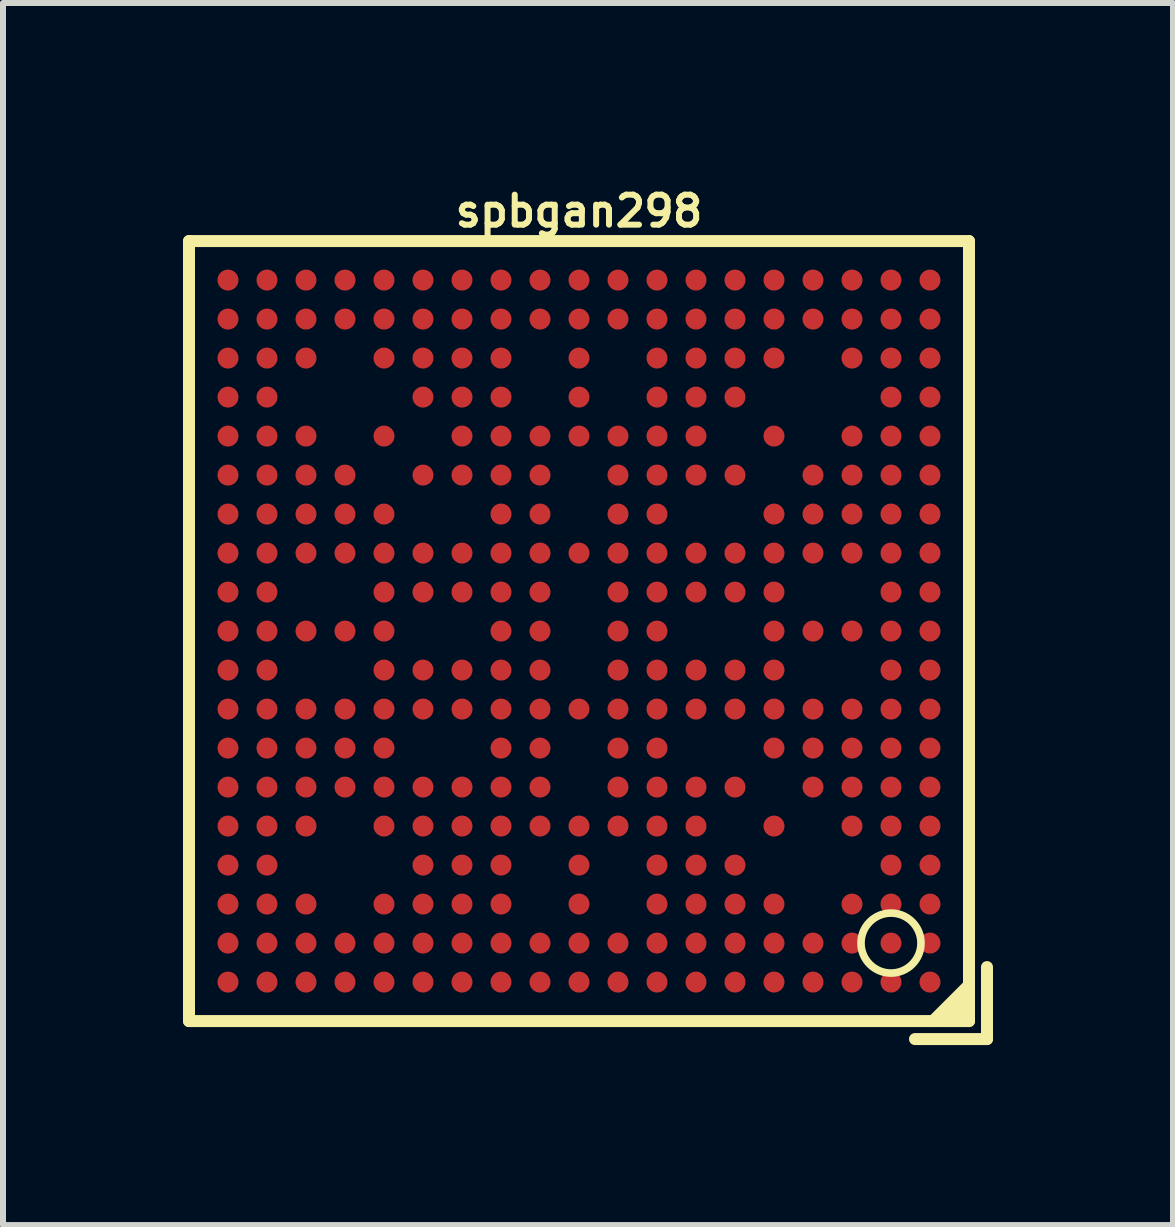
<source format=kicad_pcb>
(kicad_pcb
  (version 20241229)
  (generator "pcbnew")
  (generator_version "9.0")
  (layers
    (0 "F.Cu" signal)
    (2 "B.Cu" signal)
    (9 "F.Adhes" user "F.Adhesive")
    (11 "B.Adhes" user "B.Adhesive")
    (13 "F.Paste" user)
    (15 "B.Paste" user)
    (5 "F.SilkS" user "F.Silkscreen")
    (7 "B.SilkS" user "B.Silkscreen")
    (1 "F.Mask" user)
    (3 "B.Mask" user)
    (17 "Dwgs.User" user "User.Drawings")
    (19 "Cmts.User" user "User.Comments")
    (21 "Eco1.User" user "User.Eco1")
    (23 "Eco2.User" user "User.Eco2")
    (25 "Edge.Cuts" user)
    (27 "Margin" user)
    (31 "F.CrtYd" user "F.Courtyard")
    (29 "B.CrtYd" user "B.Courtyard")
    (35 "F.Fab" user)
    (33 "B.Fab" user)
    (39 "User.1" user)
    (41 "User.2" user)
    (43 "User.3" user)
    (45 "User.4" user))
  (footprint "spbgan298"
    (layer "F.Cu")
    (at 6.6 7.468)
    (property "Reference" "spbgan298" (at 0 -7 0) (layer "F.SilkS") (effects (font (size 0.5 0.5) (thickness 0.1))))
    (attr through_hole)
    (fp_line (start -6.5 -6.5) (end 6.5 -6.5) (stroke (width 0.2) (type solid)) (layer "F.SilkS"))
    (fp_line (start -6.5 6.5) (end -6.5 -6.5) (stroke (width 0.2) (type solid)) (layer "F.SilkS"))
    (fp_line (start 6.3 6.5) (end 6.5 6.3) (stroke (width 0.2) (type solid)) (layer "F.SilkS"))
    (fp_line (start 6.5 -6.5) (end 6.5 6.5) (stroke (width 0.2) (type solid)) (layer "F.SilkS"))
    (fp_line (start 6.5 5.9) (end 5.9 6.5) (stroke (width 0.2) (type solid)) (layer "F.SilkS"))
    (fp_line (start 6.5 6.1) (end 6.1 6.5) (stroke (width 0.2) (type solid)) (layer "F.SilkS"))
    (fp_line (start 6.5 6.5) (end -6.5 6.5) (stroke (width 0.2) (type solid)) (layer "F.SilkS"))
    (fp_line (start 6.8 6.8) (end 5.6 6.8) (stroke (width 0.2) (type solid)) (layer "F.SilkS"))
    (fp_line (start 6.8 6.8) (end 6.8 5.6) (stroke (width 0.2) (type solid)) (layer "F.SilkS"))
    (fp_circle (center 5.2 5.2) (end 4.8 5.5) (stroke (width 0.127) (type solid)) (fill no) (layer "F.SilkS"))
    (pad "A1" smd circle (at 5.85 5.85) (size 0.35 0.35) (layers "F.Cu" "F.Mask" "F.Paste"))
    (pad "A2" smd circle (at 5.2 5.85) (size 0.35 0.35) (layers "F.Cu" "F.Mask" "F.Paste"))
    (pad "A3" smd circle (at 4.55 5.85) (size 0.35 0.35) (layers "F.Cu" "F.Mask" "F.Paste"))
    (pad "A4" smd circle (at 3.9 5.85) (size 0.35 0.35) (layers "F.Cu" "F.Mask" "F.Paste"))
    (pad "A5" smd circle (at 3.25 5.85) (size 0.35 0.35) (layers "F.Cu" "F.Mask" "F.Paste"))
    (pad "A6" smd circle (at 2.6 5.85) (size 0.35 0.35) (layers "F.Cu" "F.Mask" "F.Paste"))
    (pad "A7" smd circle (at 1.95 5.85) (size 0.35 0.35) (layers "F.Cu" "F.Mask" "F.Paste"))
    (pad "A8" smd circle (at 1.3 5.85) (size 0.35 0.35) (layers "F.Cu" "F.Mask" "F.Paste"))
    (pad "A9" smd circle (at 0.65 5.85) (size 0.35 0.35) (layers "F.Cu" "F.Mask" "F.Paste"))
    (pad "A10" smd circle (at 0 5.85) (size 0.35 0.35) (layers "F.Cu" "F.Mask" "F.Paste"))
    (pad "A11" smd circle (at -0.65 5.85) (size 0.35 0.35) (layers "F.Cu" "F.Mask" "F.Paste"))
    (pad "A12" smd circle (at -1.3 5.85) (size 0.35 0.35) (layers "F.Cu" "F.Mask" "F.Paste"))
    (pad "A13" smd circle (at -1.95 5.85) (size 0.35 0.35) (layers "F.Cu" "F.Mask" "F.Paste"))
    (pad "A14" smd circle (at -2.6 5.85) (size 0.35 0.35) (layers "F.Cu" "F.Mask" "F.Paste"))
    (pad "A15" smd circle (at -3.25 5.85) (size 0.35 0.35) (layers "F.Cu" "F.Mask" "F.Paste"))
    (pad "A16" smd circle (at -3.9 5.85) (size 0.35 0.35) (layers "F.Cu" "F.Mask" "F.Paste"))
    (pad "A17" smd circle (at -4.55 5.85) (size 0.35 0.35) (layers "F.Cu" "F.Mask" "F.Paste"))
    (pad "A18" smd circle (at -5.2 5.85) (size 0.35 0.35) (layers "F.Cu" "F.Mask" "F.Paste"))
    (pad "A19" smd circle (at -5.85 5.85) (size 0.35 0.35) (layers "F.Cu" "F.Mask" "F.Paste"))
    (pad "B1" smd circle (at 5.85 5.2) (size 0.35 0.35) (layers "F.Cu" "F.Mask" "F.Paste"))
    (pad "B2" smd circle (at 5.2 5.2) (size 0.35 0.35) (layers "F.Cu" "F.Mask" "F.Paste"))
    (pad "B3" smd circle (at 4.55 5.2) (size 0.35 0.35) (layers "F.Cu" "F.Mask" "F.Paste"))
    (pad "B4" smd circle (at 3.9 5.2) (size 0.35 0.35) (layers "F.Cu" "F.Mask" "F.Paste"))
    (pad "B5" smd circle (at 3.25 5.2) (size 0.35 0.35) (layers "F.Cu" "F.Mask" "F.Paste"))
    (pad "B6" smd circle (at 2.6 5.2) (size 0.35 0.35) (layers "F.Cu" "F.Mask" "F.Paste"))
    (pad "B7" smd circle (at 1.95 5.2) (size 0.35 0.35) (layers "F.Cu" "F.Mask" "F.Paste"))
    (pad "B8" smd circle (at 1.3 5.2) (size 0.35 0.35) (layers "F.Cu" "F.Mask" "F.Paste"))
    (pad "B9" smd circle (at 0.65 5.2) (size 0.35 0.35) (layers "F.Cu" "F.Mask" "F.Paste"))
    (pad "B10" smd circle (at 0 5.2) (size 0.35 0.35) (layers "F.Cu" "F.Mask" "F.Paste"))
    (pad "B11" smd circle (at -0.65 5.2) (size 0.35 0.35) (layers "F.Cu" "F.Mask" "F.Paste"))
    (pad "B12" smd circle (at -1.3 5.2) (size 0.35 0.35) (layers "F.Cu" "F.Mask" "F.Paste"))
    (pad "B13" smd circle (at -1.95 5.2) (size 0.35 0.35) (layers "F.Cu" "F.Mask" "F.Paste"))
    (pad "B14" smd circle (at -2.6 5.2) (size 0.35 0.35) (layers "F.Cu" "F.Mask" "F.Paste"))
    (pad "B15" smd circle (at -3.25 5.2) (size 0.35 0.35) (layers "F.Cu" "F.Mask" "F.Paste"))
    (pad "B16" smd circle (at -3.9 5.2) (size 0.35 0.35) (layers "F.Cu" "F.Mask" "F.Paste"))
    (pad "B17" smd circle (at -4.55 5.2) (size 0.35 0.35) (layers "F.Cu" "F.Mask" "F.Paste"))
    (pad "B18" smd circle (at -5.2 5.2) (size 0.35 0.35) (layers "F.Cu" "F.Mask" "F.Paste"))
    (pad "B19" smd circle (at -5.85 5.2) (size 0.35 0.35) (layers "F.Cu" "F.Mask" "F.Paste"))
    (pad "C1" smd circle (at 5.85 4.55) (size 0.35 0.35) (layers "F.Cu" "F.Mask" "F.Paste"))
    (pad "C2" smd circle (at 5.2 4.55) (size 0.35 0.35) (layers "F.Cu" "F.Mask" "F.Paste"))
    (pad "C3" smd circle (at 4.55 4.55) (size 0.35 0.35) (layers "F.Cu" "F.Mask" "F.Paste"))
    (pad "C5" smd circle (at 3.25 4.55) (size 0.35 0.35) (layers "F.Cu" "F.Mask" "F.Paste"))
    (pad "C6" smd circle (at 2.6 4.55) (size 0.35 0.35) (layers "F.Cu" "F.Mask" "F.Paste"))
    (pad "C7" smd circle (at 1.95 4.55) (size 0.35 0.35) (layers "F.Cu" "F.Mask" "F.Paste"))
    (pad "C8" smd circle (at 1.3 4.55) (size 0.35 0.35) (layers "F.Cu" "F.Mask" "F.Paste"))
    (pad "C10" smd circle (at 0 4.55) (size 0.35 0.35) (layers "F.Cu" "F.Mask" "F.Paste"))
    (pad "C12" smd circle (at -1.3 4.55) (size 0.35 0.35) (layers "F.Cu" "F.Mask" "F.Paste"))
    (pad "C13" smd circle (at -1.95 4.55) (size 0.35 0.35) (layers "F.Cu" "F.Mask" "F.Paste"))
    (pad "C14" smd circle (at -2.6 4.55) (size 0.35 0.35) (layers "F.Cu" "F.Mask" "F.Paste"))
    (pad "C15" smd circle (at -3.25 4.55) (size 0.35 0.35) (layers "F.Cu" "F.Mask" "F.Paste"))
    (pad "C17" smd circle (at -4.55 4.55) (size 0.35 0.35) (layers "F.Cu" "F.Mask" "F.Paste"))
    (pad "C18" smd circle (at -5.2 4.55) (size 0.35 0.35) (layers "F.Cu" "F.Mask" "F.Paste"))
    (pad "C19" smd circle (at -5.85 4.55) (size 0.35 0.35) (layers "F.Cu" "F.Mask" "F.Paste"))
    (pad "D1" smd circle (at 5.85 3.9) (size 0.35 0.35) (layers "F.Cu" "F.Mask" "F.Paste"))
    (pad "D2" smd circle (at 5.2 3.9) (size 0.35 0.35) (layers "F.Cu" "F.Mask" "F.Paste"))
    (pad "D6" smd circle (at 2.6 3.9) (size 0.35 0.35) (layers "F.Cu" "F.Mask" "F.Paste"))
    (pad "D7" smd circle (at 1.95 3.9) (size 0.35 0.35) (layers "F.Cu" "F.Mask" "F.Paste"))
    (pad "D8" smd circle (at 1.3 3.9) (size 0.35 0.35) (layers "F.Cu" "F.Mask" "F.Paste"))
    (pad "D10" smd circle (at 0 3.9) (size 0.35 0.35) (layers "F.Cu" "F.Mask" "F.Paste"))
    (pad "D12" smd circle (at -1.3 3.9) (size 0.35 0.35) (layers "F.Cu" "F.Mask" "F.Paste"))
    (pad "D13" smd circle (at -1.95 3.9) (size 0.35 0.35) (layers "F.Cu" "F.Mask" "F.Paste"))
    (pad "D14" smd circle (at -2.6 3.9) (size 0.35 0.35) (layers "F.Cu" "F.Mask" "F.Paste"))
    (pad "D18" smd circle (at -5.2 3.9) (size 0.35 0.35) (layers "F.Cu" "F.Mask" "F.Paste"))
    (pad "D19" smd circle (at -5.85 3.9) (size 0.35 0.35) (layers "F.Cu" "F.Mask" "F.Paste"))
    (pad "E1" smd circle (at 5.85 3.25) (size 0.35 0.35) (layers "F.Cu" "F.Mask" "F.Paste"))
    (pad "E2" smd circle (at 5.2 3.25) (size 0.35 0.35) (layers "F.Cu" "F.Mask" "F.Paste"))
    (pad "E3" smd circle (at 4.55 3.25) (size 0.35 0.35) (layers "F.Cu" "F.Mask" "F.Paste"))
    (pad "E5" smd circle (at 3.25 3.25) (size 0.35 0.35) (layers "F.Cu" "F.Mask" "F.Paste"))
    (pad "E7" smd circle (at 1.95 3.25) (size 0.35 0.35) (layers "F.Cu" "F.Mask" "F.Paste"))
    (pad "E8" smd circle (at 1.3 3.25) (size 0.35 0.35) (layers "F.Cu" "F.Mask" "F.Paste"))
    (pad "E9" smd circle (at 0.65 3.25) (size 0.35 0.35) (layers "F.Cu" "F.Mask" "F.Paste"))
    (pad "E10" smd circle (at 0 3.25) (size 0.35 0.35) (layers "F.Cu" "F.Mask" "F.Paste"))
    (pad "E11" smd circle (at -0.65 3.25) (size 0.35 0.35) (layers "F.Cu" "F.Mask" "F.Paste"))
    (pad "E12" smd circle (at -1.3 3.25) (size 0.35 0.35) (layers "F.Cu" "F.Mask" "F.Paste"))
    (pad "E13" smd circle (at -1.95 3.25) (size 0.35 0.35) (layers "F.Cu" "F.Mask" "F.Paste"))
    (pad "E14" smd circle (at -2.6 3.25) (size 0.35 0.35) (layers "F.Cu" "F.Mask" "F.Paste"))
    (pad "E15" smd circle (at -3.25 3.25) (size 0.35 0.35) (layers "F.Cu" "F.Mask" "F.Paste"))
    (pad "E17" smd circle (at -4.55 3.25) (size 0.35 0.35) (layers "F.Cu" "F.Mask" "F.Paste"))
    (pad "E18" smd circle (at -5.2 3.25) (size 0.35 0.35) (layers "F.Cu" "F.Mask" "F.Paste"))
    (pad "E19" smd circle (at -5.85 3.25) (size 0.35 0.35) (layers "F.Cu" "F.Mask" "F.Paste"))
    (pad "F1" smd circle (at 5.85 2.6) (size 0.35 0.35) (layers "F.Cu" "F.Mask" "F.Paste"))
    (pad "F2" smd circle (at 5.2 2.6) (size 0.35 0.35) (layers "F.Cu" "F.Mask" "F.Paste"))
    (pad "F3" smd circle (at 4.55 2.6) (size 0.35 0.35) (layers "F.Cu" "F.Mask" "F.Paste"))
    (pad "F4" smd circle (at 3.9 2.6) (size 0.35 0.35) (layers "F.Cu" "F.Mask" "F.Paste"))
    (pad "F6" smd circle (at 2.6 2.6) (size 0.35 0.35) (layers "F.Cu" "F.Mask" "F.Paste"))
    (pad "F7" smd circle (at 1.95 2.6) (size 0.35 0.35) (layers "F.Cu" "F.Mask" "F.Paste"))
    (pad "F8" smd circle (at 1.3 2.6) (size 0.35 0.35) (layers "F.Cu" "F.Mask" "F.Paste"))
    (pad "F9" smd circle (at 0.65 2.6) (size 0.35 0.35) (layers "F.Cu" "F.Mask" "F.Paste"))
    (pad "F11" smd circle (at -0.65 2.6) (size 0.35 0.35) (layers "F.Cu" "F.Mask" "F.Paste"))
    (pad "F12" smd circle (at -1.3 2.6) (size 0.35 0.35) (layers "F.Cu" "F.Mask" "F.Paste"))
    (pad "F13" smd circle (at -1.95 2.6) (size 0.35 0.35) (layers "F.Cu" "F.Mask" "F.Paste"))
    (pad "F14" smd circle (at -2.6 2.6) (size 0.35 0.35) (layers "F.Cu" "F.Mask" "F.Paste"))
    (pad "F15" smd circle (at -3.25 2.6) (size 0.35 0.35) (layers "F.Cu" "F.Mask" "F.Paste"))
    (pad "F16" smd circle (at -3.9 2.6) (size 0.35 0.35) (layers "F.Cu" "F.Mask" "F.Paste"))
    (pad "F17" smd circle (at -4.55 2.6) (size 0.35 0.35) (layers "F.Cu" "F.Mask" "F.Paste"))
    (pad "F18" smd circle (at -5.2 2.6) (size 0.35 0.35) (layers "F.Cu" "F.Mask" "F.Paste"))
    (pad "F19" smd circle (at -5.85 2.6) (size 0.35 0.35) (layers "F.Cu" "F.Mask" "F.Paste"))
    (pad "G1" smd circle (at 5.85 1.95) (size 0.35 0.35) (layers "F.Cu" "F.Mask" "F.Paste"))
    (pad "G2" smd circle (at 5.2 1.95) (size 0.35 0.35) (layers "F.Cu" "F.Mask" "F.Paste"))
    (pad "G3" smd circle (at 4.55 1.95) (size 0.35 0.35) (layers "F.Cu" "F.Mask" "F.Paste"))
    (pad "G4" smd circle (at 3.9 1.95) (size 0.35 0.35) (layers "F.Cu" "F.Mask" "F.Paste"))
    (pad "G5" smd circle (at 3.25 1.95) (size 0.35 0.35) (layers "F.Cu" "F.Mask" "F.Paste"))
    (pad "G8" smd circle (at 1.3 1.95) (size 0.35 0.35) (layers "F.Cu" "F.Mask" "F.Paste"))
    (pad "G9" smd circle (at 0.65 1.95) (size 0.35 0.35) (layers "F.Cu" "F.Mask" "F.Paste"))
    (pad "G11" smd circle (at -0.65 1.95) (size 0.35 0.35) (layers "F.Cu" "F.Mask" "F.Paste"))
    (pad "G12" smd circle (at -1.3 1.95) (size 0.35 0.35) (layers "F.Cu" "F.Mask" "F.Paste"))
    (pad "G15" smd circle (at -3.25 1.95) (size 0.35 0.35) (layers "F.Cu" "F.Mask" "F.Paste"))
    (pad "G16" smd circle (at -3.9 1.95) (size 0.35 0.35) (layers "F.Cu" "F.Mask" "F.Paste"))
    (pad "G17" smd circle (at -4.55 1.95) (size 0.35 0.35) (layers "F.Cu" "F.Mask" "F.Paste"))
    (pad "G18" smd circle (at -5.2 1.95) (size 0.35 0.35) (layers "F.Cu" "F.Mask" "F.Paste"))
    (pad "G19" smd circle (at -5.85 1.95) (size 0.35 0.35) (layers "F.Cu" "F.Mask" "F.Paste"))
    (pad "H1" smd circle (at 5.85 1.3) (size 0.35 0.35) (layers "F.Cu" "F.Mask" "F.Paste"))
    (pad "H2" smd circle (at 5.2 1.3) (size 0.35 0.35) (layers "F.Cu" "F.Mask" "F.Paste"))
    (pad "H3" smd circle (at 4.55 1.3) (size 0.35 0.35) (layers "F.Cu" "F.Mask" "F.Paste"))
    (pad "H4" smd circle (at 3.9 1.3) (size 0.35 0.35) (layers "F.Cu" "F.Mask" "F.Paste"))
    (pad "H5" smd circle (at 3.25 1.3) (size 0.35 0.35) (layers "F.Cu" "F.Mask" "F.Paste"))
    (pad "H6" smd circle (at 2.6 1.3) (size 0.35 0.35) (layers "F.Cu" "F.Mask" "F.Paste"))
    (pad "H7" smd circle (at 1.95 1.3) (size 0.35 0.35) (layers "F.Cu" "F.Mask" "F.Paste"))
    (pad "H8" smd circle (at 1.3 1.3) (size 0.35 0.35) (layers "F.Cu" "F.Mask" "F.Paste"))
    (pad "H9" smd circle (at 0.65 1.3) (size 0.35 0.35) (layers "F.Cu" "F.Mask" "F.Paste"))
    (pad "H10" smd circle (at 0 1.3) (size 0.35 0.35) (layers "F.Cu" "F.Mask" "F.Paste"))
    (pad "H11" smd circle (at -0.65 1.3) (size 0.35 0.35) (layers "F.Cu" "F.Mask" "F.Paste"))
    (pad "H12" smd circle (at -1.3 1.3) (size 0.35 0.35) (layers "F.Cu" "F.Mask" "F.Paste"))
    (pad "H13" smd circle (at -1.95 1.3) (size 0.35 0.35) (layers "F.Cu" "F.Mask" "F.Paste"))
    (pad "H14" smd circle (at -2.6 1.3) (size 0.35 0.35) (layers "F.Cu" "F.Mask" "F.Paste"))
    (pad "H15" smd circle (at -3.25 1.3) (size 0.35 0.35) (layers "F.Cu" "F.Mask" "F.Paste"))
    (pad "H16" smd circle (at -3.9 1.3) (size 0.35 0.35) (layers "F.Cu" "F.Mask" "F.Paste"))
    (pad "H17" smd circle (at -4.55 1.3) (size 0.35 0.35) (layers "F.Cu" "F.Mask" "F.Paste"))
    (pad "H18" smd circle (at -5.2 1.3) (size 0.35 0.35) (layers "F.Cu" "F.Mask" "F.Paste"))
    (pad "H19" smd circle (at -5.85 1.3) (size 0.35 0.35) (layers "F.Cu" "F.Mask" "F.Paste"))
    (pad "J1" smd circle (at 5.85 0.65) (size 0.35 0.35) (layers "F.Cu" "F.Mask" "F.Paste"))
    (pad "J2" smd circle (at 5.2 0.65) (size 0.35 0.35) (layers "F.Cu" "F.Mask" "F.Paste"))
    (pad "J5" smd circle (at 3.25 0.65) (size 0.35 0.35) (layers "F.Cu" "F.Mask" "F.Paste"))
    (pad "J6" smd circle (at 2.6 0.65) (size 0.35 0.35) (layers "F.Cu" "F.Mask" "F.Paste"))
    (pad "J7" smd circle (at 1.95 0.65) (size 0.35 0.35) (layers "F.Cu" "F.Mask" "F.Paste"))
    (pad "J8" smd circle (at 1.3 0.65) (size 0.35 0.35) (layers "F.Cu" "F.Mask" "F.Paste"))
    (pad "J9" smd circle (at 0.65 0.65) (size 0.35 0.35) (layers "F.Cu" "F.Mask" "F.Paste"))
    (pad "J11" smd circle (at -0.65 0.65) (size 0.35 0.35) (layers "F.Cu" "F.Mask" "F.Paste"))
    (pad "J12" smd circle (at -1.3 0.65) (size 0.35 0.35) (layers "F.Cu" "F.Mask" "F.Paste"))
    (pad "J13" smd circle (at -1.95 0.65) (size 0.35 0.35) (layers "F.Cu" "F.Mask" "F.Paste"))
    (pad "J14" smd circle (at -2.6 0.65) (size 0.35 0.35) (layers "F.Cu" "F.Mask" "F.Paste"))
    (pad "J15" smd circle (at -3.25 0.65) (size 0.35 0.35) (layers "F.Cu" "F.Mask" "F.Paste"))
    (pad "J18" smd circle (at -5.2 0.65) (size 0.35 0.35) (layers "F.Cu" "F.Mask" "F.Paste"))
    (pad "J19" smd circle (at -5.85 0.65) (size 0.35 0.35) (layers "F.Cu" "F.Mask" "F.Paste"))
    (pad "K1" smd circle (at 5.85 0) (size 0.35 0.35) (layers "F.Cu" "F.Mask" "F.Paste"))
    (pad "K2" smd circle (at 5.2 0) (size 0.35 0.35) (layers "F.Cu" "F.Mask" "F.Paste"))
    (pad "K3" smd circle (at 4.55 0) (size 0.35 0.35) (layers "F.Cu" "F.Mask" "F.Paste"))
    (pad "K4" smd circle (at 3.9 0) (size 0.35 0.35) (layers "F.Cu" "F.Mask" "F.Paste"))
    (pad "K5" smd circle (at 3.25 0) (size 0.35 0.35) (layers "F.Cu" "F.Mask" "F.Paste"))
    (pad "K8" smd circle (at 1.3 0) (size 0.35 0.35) (layers "F.Cu" "F.Mask" "F.Paste"))
    (pad "K9" smd circle (at 0.65 0) (size 0.35 0.35) (layers "F.Cu" "F.Mask" "F.Paste"))
    (pad "K11" smd circle (at -0.65 0) (size 0.35 0.35) (layers "F.Cu" "F.Mask" "F.Paste"))
    (pad "K12" smd circle (at -1.3 0) (size 0.35 0.35) (layers "F.Cu" "F.Mask" "F.Paste"))
    (pad "K15" smd circle (at -3.25 0) (size 0.35 0.35) (layers "F.Cu" "F.Mask" "F.Paste"))
    (pad "K16" smd circle (at -3.9 0) (size 0.35 0.35) (layers "F.Cu" "F.Mask" "F.Paste"))
    (pad "K17" smd circle (at -4.55 0) (size 0.35 0.35) (layers "F.Cu" "F.Mask" "F.Paste"))
    (pad "K18" smd circle (at -5.2 0) (size 0.35 0.35) (layers "F.Cu" "F.Mask" "F.Paste"))
    (pad "K19" smd circle (at -5.85 0) (size 0.35 0.35) (layers "F.Cu" "F.Mask" "F.Paste"))
    (pad "L1" smd circle (at 5.85 -0.65) (size 0.35 0.35) (layers "F.Cu" "F.Mask" "F.Paste"))
    (pad "L2" smd circle (at 5.2 -0.65) (size 0.35 0.35) (layers "F.Cu" "F.Mask" "F.Paste"))
    (pad "L5" smd circle (at 3.25 -0.65) (size 0.35 0.35) (layers "F.Cu" "F.Mask" "F.Paste"))
    (pad "L6" smd circle (at 2.6 -0.65) (size 0.35 0.35) (layers "F.Cu" "F.Mask" "F.Paste"))
    (pad "L7" smd circle (at 1.95 -0.65) (size 0.35 0.35) (layers "F.Cu" "F.Mask" "F.Paste"))
    (pad "L8" smd circle (at 1.3 -0.65) (size 0.35 0.35) (layers "F.Cu" "F.Mask" "F.Paste"))
    (pad "L9" smd circle (at 0.65 -0.65) (size 0.35 0.35) (layers "F.Cu" "F.Mask" "F.Paste"))
    (pad "L11" smd circle (at -0.65 -0.65) (size 0.35 0.35) (layers "F.Cu" "F.Mask" "F.Paste"))
    (pad "L12" smd circle (at -1.3 -0.65) (size 0.35 0.35) (layers "F.Cu" "F.Mask" "F.Paste"))
    (pad "L13" smd circle (at -1.95 -0.65) (size 0.35 0.35) (layers "F.Cu" "F.Mask" "F.Paste"))
    (pad "L14" smd circle (at -2.6 -0.65) (size 0.35 0.35) (layers "F.Cu" "F.Mask" "F.Paste"))
    (pad "L15" smd circle (at -3.25 -0.65) (size 0.35 0.35) (layers "F.Cu" "F.Mask" "F.Paste"))
    (pad "L18" smd circle (at -5.2 -0.65) (size 0.35 0.35) (layers "F.Cu" "F.Mask" "F.Paste"))
    (pad "L19" smd circle (at -5.85 -0.65) (size 0.35 0.35) (layers "F.Cu" "F.Mask" "F.Paste"))
    (pad "M1" smd circle (at 5.85 -1.3) (size 0.35 0.35) (layers "F.Cu" "F.Mask" "F.Paste"))
    (pad "M2" smd circle (at 5.2 -1.3) (size 0.35 0.35) (layers "F.Cu" "F.Mask" "F.Paste"))
    (pad "M3" smd circle (at 4.55 -1.3) (size 0.35 0.35) (layers "F.Cu" "F.Mask" "F.Paste"))
    (pad "M4" smd circle (at 3.9 -1.3) (size 0.35 0.35) (layers "F.Cu" "F.Mask" "F.Paste"))
    (pad "M5" smd circle (at 3.25 -1.3) (size 0.35 0.35) (layers "F.Cu" "F.Mask" "F.Paste"))
    (pad "M6" smd circle (at 2.6 -1.3) (size 0.35 0.35) (layers "F.Cu" "F.Mask" "F.Paste"))
    (pad "M7" smd circle (at 1.95 -1.3) (size 0.35 0.35) (layers "F.Cu" "F.Mask" "F.Paste"))
    (pad "M8" smd circle (at 1.3 -1.3) (size 0.35 0.35) (layers "F.Cu" "F.Mask" "F.Paste"))
    (pad "M9" smd circle (at 0.65 -1.3) (size 0.35 0.35) (layers "F.Cu" "F.Mask" "F.Paste"))
    (pad "M10" smd circle (at 0 -1.3) (size 0.35 0.35) (layers "F.Cu" "F.Mask" "F.Paste"))
    (pad "M11" smd circle (at -0.65 -1.3) (size 0.35 0.35) (layers "F.Cu" "F.Mask" "F.Paste"))
    (pad "M12" smd circle (at -1.3 -1.3) (size 0.35 0.35) (layers "F.Cu" "F.Mask" "F.Paste"))
    (pad "M13" smd circle (at -1.95 -1.3) (size 0.35 0.35) (layers "F.Cu" "F.Mask" "F.Paste"))
    (pad "M14" smd circle (at -2.6 -1.3) (size 0.35 0.35) (layers "F.Cu" "F.Mask" "F.Paste"))
    (pad "M15" smd circle (at -3.25 -1.3) (size 0.35 0.35) (layers "F.Cu" "F.Mask" "F.Paste"))
    (pad "M16" smd circle (at -3.9 -1.3) (size 0.35 0.35) (layers "F.Cu" "F.Mask" "F.Paste"))
    (pad "M17" smd circle (at -4.55 -1.3) (size 0.35 0.35) (layers "F.Cu" "F.Mask" "F.Paste"))
    (pad "M18" smd circle (at -5.2 -1.3) (size 0.35 0.35) (layers "F.Cu" "F.Mask" "F.Paste"))
    (pad "M19" smd circle (at -5.85 -1.3) (size 0.35 0.35) (layers "F.Cu" "F.Mask" "F.Paste"))
    (pad "N1" smd circle (at 5.85 -1.95) (size 0.35 0.35) (layers "F.Cu" "F.Mask" "F.Paste"))
    (pad "N2" smd circle (at 5.2 -1.95) (size 0.35 0.35) (layers "F.Cu" "F.Mask" "F.Paste"))
    (pad "N3" smd circle (at 4.55 -1.95) (size 0.35 0.35) (layers "F.Cu" "F.Mask" "F.Paste"))
    (pad "N4" smd circle (at 3.9 -1.95) (size 0.35 0.35) (layers "F.Cu" "F.Mask" "F.Paste"))
    (pad "N5" smd circle (at 3.25 -1.95) (size 0.35 0.35) (layers "F.Cu" "F.Mask" "F.Paste"))
    (pad "N8" smd circle (at 1.3 -1.95) (size 0.35 0.35) (layers "F.Cu" "F.Mask" "F.Paste"))
    (pad "N9" smd circle (at 0.65 -1.95) (size 0.35 0.35) (layers "F.Cu" "F.Mask" "F.Paste"))
    (pad "N11" smd circle (at -0.65 -1.95) (size 0.35 0.35) (layers "F.Cu" "F.Mask" "F.Paste"))
    (pad "N12" smd circle (at -1.3 -1.95) (size 0.35 0.35) (layers "F.Cu" "F.Mask" "F.Paste"))
    (pad "N15" smd circle (at -3.25 -1.95) (size 0.35 0.35) (layers "F.Cu" "F.Mask" "F.Paste"))
    (pad "N16" smd circle (at -3.9 -1.95) (size 0.35 0.35) (layers "F.Cu" "F.Mask" "F.Paste"))
    (pad "N17" smd circle (at -4.55 -1.95) (size 0.35 0.35) (layers "F.Cu" "F.Mask" "F.Paste"))
    (pad "N18" smd circle (at -5.2 -1.95) (size 0.35 0.35) (layers "F.Cu" "F.Mask" "F.Paste"))
    (pad "N19" smd circle (at -5.85 -1.95) (size 0.35 0.35) (layers "F.Cu" "F.Mask" "F.Paste"))
    (pad "P1" smd circle (at 5.85 -2.6) (size 0.35 0.35) (layers "F.Cu" "F.Mask" "F.Paste"))
    (pad "P2" smd circle (at 5.2 -2.6) (size 0.35 0.35) (layers "F.Cu" "F.Mask" "F.Paste"))
    (pad "P3" smd circle (at 4.55 -2.6) (size 0.35 0.35) (layers "F.Cu" "F.Mask" "F.Paste"))
    (pad "P4" smd circle (at 3.9 -2.6) (size 0.35 0.35) (layers "F.Cu" "F.Mask" "F.Paste"))
    (pad "P6" smd circle (at 2.6 -2.6) (size 0.35 0.35) (layers "F.Cu" "F.Mask" "F.Paste"))
    (pad "P7" smd circle (at 1.95 -2.6) (size 0.35 0.35) (layers "F.Cu" "F.Mask" "F.Paste"))
    (pad "P8" smd circle (at 1.3 -2.6) (size 0.35 0.35) (layers "F.Cu" "F.Mask" "F.Paste"))
    (pad "P9" smd circle (at 0.65 -2.6) (size 0.35 0.35) (layers "F.Cu" "F.Mask" "F.Paste"))
    (pad "P11" smd circle (at -0.65 -2.6) (size 0.35 0.35) (layers "F.Cu" "F.Mask" "F.Paste"))
    (pad "P12" smd circle (at -1.3 -2.6) (size 0.35 0.35) (layers "F.Cu" "F.Mask" "F.Paste"))
    (pad "P13" smd circle (at -1.95 -2.6) (size 0.35 0.35) (layers "F.Cu" "F.Mask" "F.Paste"))
    (pad "P14" smd circle (at -2.6 -2.6) (size 0.35 0.35) (layers "F.Cu" "F.Mask" "F.Paste"))
    (pad "P16" smd circle (at -3.9 -2.6) (size 0.35 0.35) (layers "F.Cu" "F.Mask" "F.Paste"))
    (pad "P17" smd circle (at -4.55 -2.6) (size 0.35 0.35) (layers "F.Cu" "F.Mask" "F.Paste"))
    (pad "P18" smd circle (at -5.2 -2.6) (size 0.35 0.35) (layers "F.Cu" "F.Mask" "F.Paste"))
    (pad "P19" smd circle (at -5.85 -2.6) (size 0.35 0.35) (layers "F.Cu" "F.Mask" "F.Paste"))
    (pad "R1" smd circle (at 5.85 -3.25) (size 0.35 0.35) (layers "F.Cu" "F.Mask" "F.Paste"))
    (pad "R2" smd circle (at 5.2 -3.25) (size 0.35 0.35) (layers "F.Cu" "F.Mask" "F.Paste"))
    (pad "R3" smd circle (at 4.55 -3.25) (size 0.35 0.35) (layers "F.Cu" "F.Mask" "F.Paste"))
    (pad "R5" smd circle (at 3.25 -3.25) (size 0.35 0.35) (layers "F.Cu" "F.Mask" "F.Paste"))
    (pad "R7" smd circle (at 1.95 -3.25) (size 0.35 0.35) (layers "F.Cu" "F.Mask" "F.Paste"))
    (pad "R8" smd circle (at 1.3 -3.25) (size 0.35 0.35) (layers "F.Cu" "F.Mask" "F.Paste"))
    (pad "R9" smd circle (at 0.65 -3.25) (size 0.35 0.35) (layers "F.Cu" "F.Mask" "F.Paste"))
    (pad "R10" smd circle (at 0 -3.25) (size 0.35 0.35) (layers "F.Cu" "F.Mask" "F.Paste"))
    (pad "R11" smd circle (at -0.65 -3.25) (size 0.35 0.35) (layers "F.Cu" "F.Mask" "F.Paste"))
    (pad "R12" smd circle (at -1.3 -3.25) (size 0.35 0.35) (layers "F.Cu" "F.Mask" "F.Paste"))
    (pad "R13" smd circle (at -1.95 -3.25) (size 0.35 0.35) (layers "F.Cu" "F.Mask" "F.Paste"))
    (pad "R15" smd circle (at -3.25 -3.25) (size 0.35 0.35) (layers "F.Cu" "F.Mask" "F.Paste"))
    (pad "R17" smd circle (at -4.55 -3.25) (size 0.35 0.35) (layers "F.Cu" "F.Mask" "F.Paste"))
    (pad "R18" smd circle (at -5.2 -3.25) (size 0.35 0.35) (layers "F.Cu" "F.Mask" "F.Paste"))
    (pad "R19" smd circle (at -5.85 -3.25) (size 0.35 0.35) (layers "F.Cu" "F.Mask" "F.Paste"))
    (pad "T1" smd circle (at 5.85 -3.9) (size 0.35 0.35) (layers "F.Cu" "F.Mask" "F.Paste"))
    (pad "T2" smd circle (at 5.2 -3.9) (size 0.35 0.35) (layers "F.Cu" "F.Mask" "F.Paste"))
    (pad "T6" smd circle (at 2.6 -3.9) (size 0.35 0.35) (layers "F.Cu" "F.Mask" "F.Paste"))
    (pad "T7" smd circle (at 1.95 -3.9) (size 0.35 0.35) (layers "F.Cu" "F.Mask" "F.Paste"))
    (pad "T8" smd circle (at 1.3 -3.9) (size 0.35 0.35) (layers "F.Cu" "F.Mask" "F.Paste"))
    (pad "T10" smd circle (at 0 -3.9) (size 0.35 0.35) (layers "F.Cu" "F.Mask" "F.Paste"))
    (pad "T12" smd circle (at -1.3 -3.9) (size 0.35 0.35) (layers "F.Cu" "F.Mask" "F.Paste"))
    (pad "T13" smd circle (at -1.95 -3.9) (size 0.35 0.35) (layers "F.Cu" "F.Mask" "F.Paste"))
    (pad "T14" smd circle (at -2.6 -3.9) (size 0.35 0.35) (layers "F.Cu" "F.Mask" "F.Paste"))
    (pad "T18" smd circle (at -5.2 -3.9) (size 0.35 0.35) (layers "F.Cu" "F.Mask" "F.Paste"))
    (pad "T19" smd circle (at -5.85 -3.9) (size 0.35 0.35) (layers "F.Cu" "F.Mask" "F.Paste"))
    (pad "U1" smd circle (at 5.85 -4.55) (size 0.35 0.35) (layers "F.Cu" "F.Mask" "F.Paste"))
    (pad "U2" smd circle (at 5.2 -4.55) (size 0.35 0.35) (layers "F.Cu" "F.Mask" "F.Paste"))
    (pad "U3" smd circle (at 4.55 -4.55) (size 0.35 0.35) (layers "F.Cu" "F.Mask" "F.Paste"))
    (pad "U5" smd circle (at 3.25 -4.55) (size 0.35 0.35) (layers "F.Cu" "F.Mask" "F.Paste"))
    (pad "U6" smd circle (at 2.6 -4.55) (size 0.35 0.35) (layers "F.Cu" "F.Mask" "F.Paste"))
    (pad "U7" smd circle (at 1.95 -4.55) (size 0.35 0.35) (layers "F.Cu" "F.Mask" "F.Paste"))
    (pad "U8" smd circle (at 1.3 -4.55) (size 0.35 0.35) (layers "F.Cu" "F.Mask" "F.Paste"))
    (pad "U10" smd circle (at 0 -4.55) (size 0.35 0.35) (layers "F.Cu" "F.Mask" "F.Paste"))
    (pad "U12" smd circle (at -1.3 -4.55) (size 0.35 0.35) (layers "F.Cu" "F.Mask" "F.Paste"))
    (pad "U13" smd circle (at -1.95 -4.55) (size 0.35 0.35) (layers "F.Cu" "F.Mask" "F.Paste"))
    (pad "U14" smd circle (at -2.6 -4.55) (size 0.35 0.35) (layers "F.Cu" "F.Mask" "F.Paste"))
    (pad "U15" smd circle (at -3.25 -4.55) (size 0.35 0.35) (layers "F.Cu" "F.Mask" "F.Paste"))
    (pad "U17" smd circle (at -4.55 -4.55) (size 0.35 0.35) (layers "F.Cu" "F.Mask" "F.Paste"))
    (pad "U18" smd circle (at -5.2 -4.55) (size 0.35 0.35) (layers "F.Cu" "F.Mask" "F.Paste"))
    (pad "U19" smd circle (at -5.85 -4.55) (size 0.35 0.35) (layers "F.Cu" "F.Mask" "F.Paste"))
    (pad "V1" smd circle (at 5.85 -5.2) (size 0.35 0.35) (layers "F.Cu" "F.Mask" "F.Paste"))
    (pad "V2" smd circle (at 5.2 -5.2) (size 0.35 0.35) (layers "F.Cu" "F.Mask" "F.Paste"))
    (pad "V3" smd circle (at 4.55 -5.2) (size 0.35 0.35) (layers "F.Cu" "F.Mask" "F.Paste"))
    (pad "V4" smd circle (at 3.9 -5.2) (size 0.35 0.35) (layers "F.Cu" "F.Mask" "F.Paste"))
    (pad "V5" smd circle (at 3.25 -5.2) (size 0.35 0.35) (layers "F.Cu" "F.Mask" "F.Paste"))
    (pad "V6" smd circle (at 2.6 -5.2) (size 0.35 0.35) (layers "F.Cu" "F.Mask" "F.Paste"))
    (pad "V7" smd circle (at 1.95 -5.2) (size 0.35 0.35) (layers "F.Cu" "F.Mask" "F.Paste"))
    (pad "V8" smd circle (at 1.3 -5.2) (size 0.35 0.35) (layers "F.Cu" "F.Mask" "F.Paste"))
    (pad "V9" smd circle (at 0.65 -5.2) (size 0.35 0.35) (layers "F.Cu" "F.Mask" "F.Paste"))
    (pad "V10" smd circle (at 0 -5.2) (size 0.35 0.35) (layers "F.Cu" "F.Mask" "F.Paste"))
    (pad "V11" smd circle (at -0.65 -5.2) (size 0.35 0.35) (layers "F.Cu" "F.Mask" "F.Paste"))
    (pad "V12" smd circle (at -1.3 -5.2) (size 0.35 0.35) (layers "F.Cu" "F.Mask" "F.Paste"))
    (pad "V13" smd circle (at -1.95 -5.2) (size 0.35 0.35) (layers "F.Cu" "F.Mask" "F.Paste"))
    (pad "V14" smd circle (at -2.6 -5.2) (size 0.35 0.35) (layers "F.Cu" "F.Mask" "F.Paste"))
    (pad "V15" smd circle (at -3.25 -5.2) (size 0.35 0.35) (layers "F.Cu" "F.Mask" "F.Paste"))
    (pad "V16" smd circle (at -3.9 -5.2) (size 0.35 0.35) (layers "F.Cu" "F.Mask" "F.Paste"))
    (pad "V17" smd circle (at -4.55 -5.2) (size 0.35 0.35) (layers "F.Cu" "F.Mask" "F.Paste"))
    (pad "V18" smd circle (at -5.2 -5.2) (size 0.35 0.35) (layers "F.Cu" "F.Mask" "F.Paste"))
    (pad "V19" smd circle (at -5.85 -5.2) (size 0.35 0.35) (layers "F.Cu" "F.Mask" "F.Paste"))
    (pad "W1" smd circle (at 5.85 -5.85) (size 0.35 0.35) (layers "F.Cu" "F.Mask" "F.Paste"))
    (pad "W2" smd circle (at 5.2 -5.85) (size 0.35 0.35) (layers "F.Cu" "F.Mask" "F.Paste"))
    (pad "W3" smd circle (at 4.55 -5.85) (size 0.35 0.35) (layers "F.Cu" "F.Mask" "F.Paste"))
    (pad "W4" smd circle (at 3.9 -5.85) (size 0.35 0.35) (layers "F.Cu" "F.Mask" "F.Paste"))
    (pad "W5" smd circle (at 3.25 -5.85) (size 0.35 0.35) (layers "F.Cu" "F.Mask" "F.Paste"))
    (pad "W6" smd circle (at 2.6 -5.85) (size 0.35 0.35) (layers "F.Cu" "F.Mask" "F.Paste"))
    (pad "W7" smd circle (at 1.95 -5.85) (size 0.35 0.35) (layers "F.Cu" "F.Mask" "F.Paste"))
    (pad "W8" smd circle (at 1.3 -5.85) (size 0.35 0.35) (layers "F.Cu" "F.Mask" "F.Paste"))
    (pad "W9" smd circle (at 0.65 -5.85) (size 0.35 0.35) (layers "F.Cu" "F.Mask" "F.Paste"))
    (pad "W10" smd circle (at 0 -5.85) (size 0.35 0.35) (layers "F.Cu" "F.Mask" "F.Paste"))
    (pad "W11" smd circle (at -0.65 -5.85) (size 0.35 0.35) (layers "F.Cu" "F.Mask" "F.Paste"))
    (pad "W12" smd circle (at -1.3 -5.85) (size 0.35 0.35) (layers "F.Cu" "F.Mask" "F.Paste"))
    (pad "W13" smd circle (at -1.95 -5.85) (size 0.35 0.35) (layers "F.Cu" "F.Mask" "F.Paste"))
    (pad "W14" smd circle (at -2.6 -5.85) (size 0.35 0.35) (layers "F.Cu" "F.Mask" "F.Paste"))
    (pad "W15" smd circle (at -3.25 -5.85) (size 0.35 0.35) (layers "F.Cu" "F.Mask" "F.Paste"))
    (pad "W16" smd circle (at -3.9 -5.85) (size 0.35 0.35) (layers "F.Cu" "F.Mask" "F.Paste"))
    (pad "W17" smd circle (at -4.55 -5.85) (size 0.35 0.35) (layers "F.Cu" "F.Mask" "F.Paste"))
    (pad "W18" smd circle (at -5.2 -5.85) (size 0.35 0.35) (layers "F.Cu" "F.Mask" "F.Paste"))
    (pad "W19" smd circle (at -5.85 -5.85) (size 0.35 0.35) (layers "F.Cu" "F.Mask" "F.Paste")))
  (gr_rect
    (start -3 -3)
    (end 16.5 17.368)
    (stroke (width 0.1) (type default))
    (fill no)
    (layer "Edge.Cuts")))
</source>
